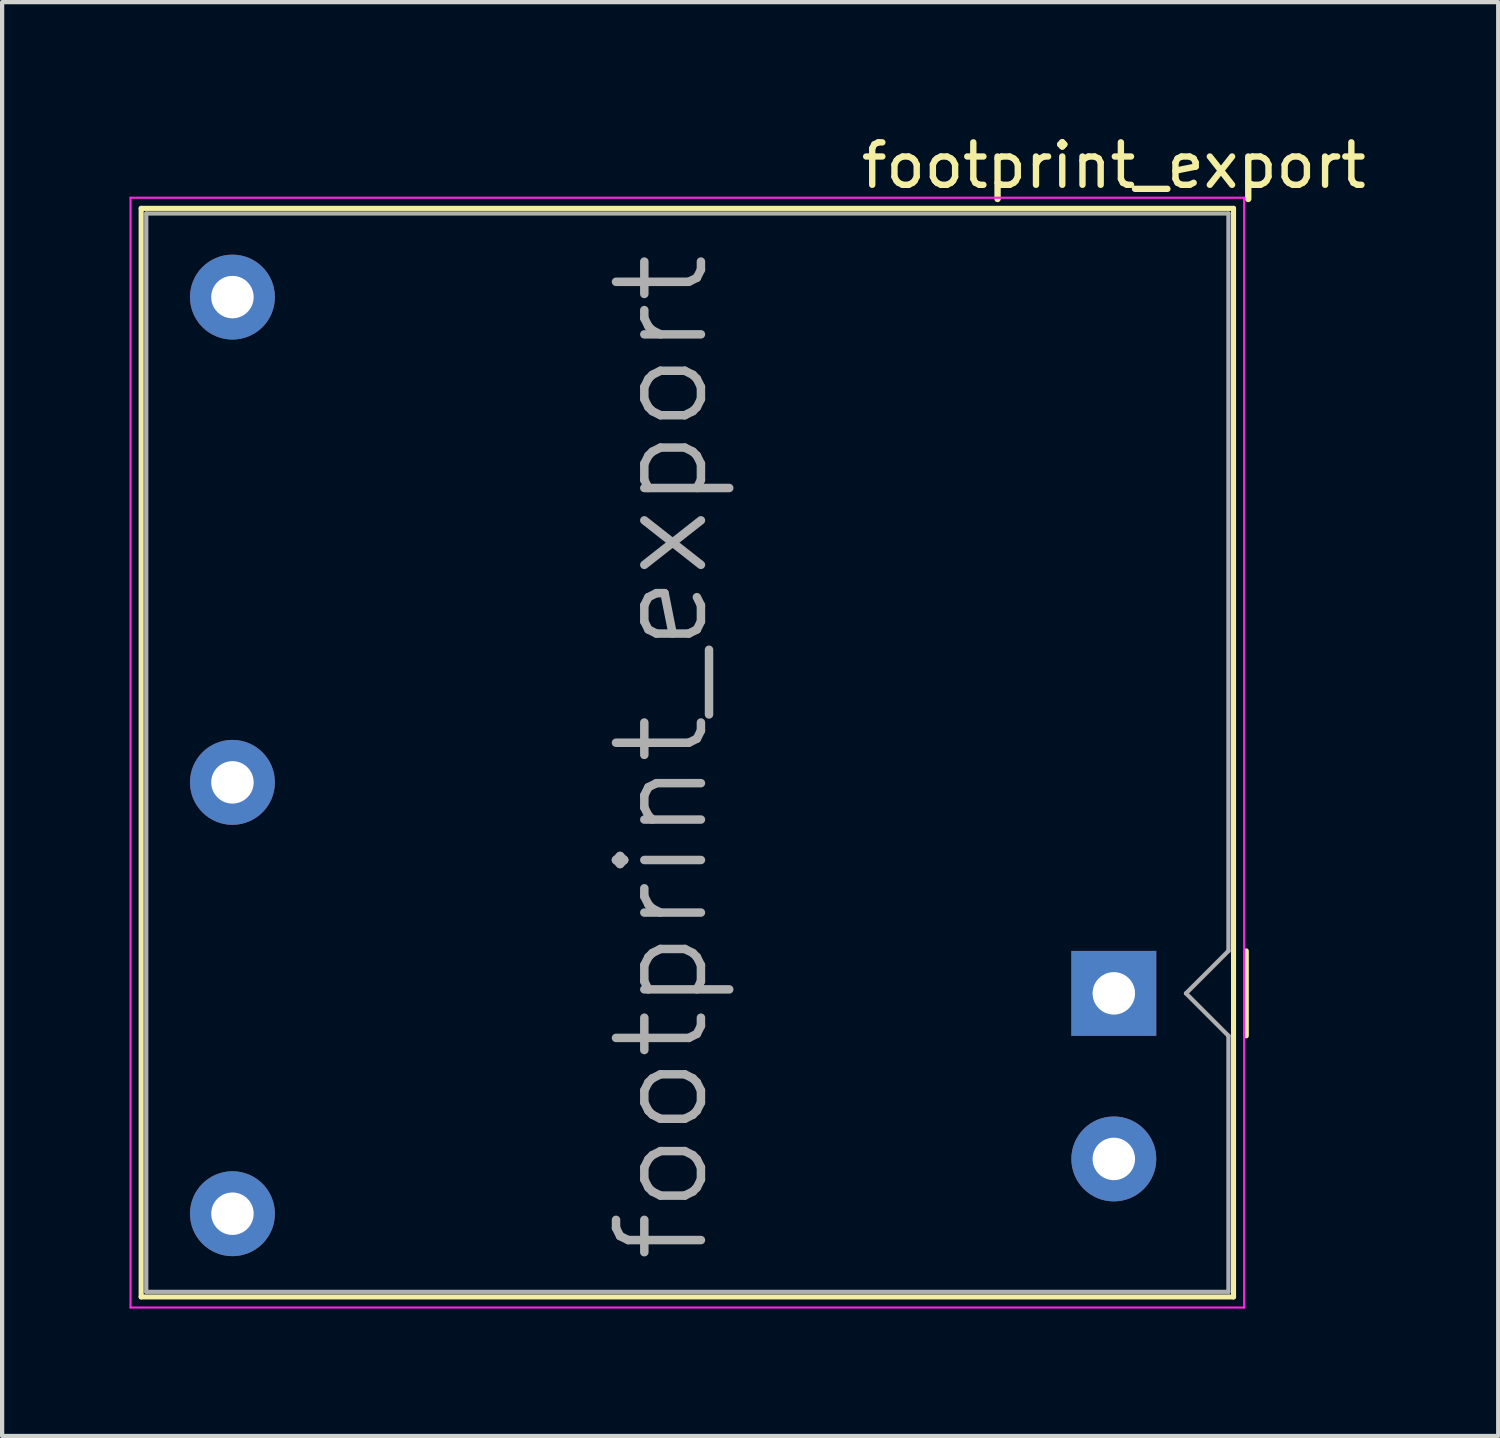
<source format=kicad_pcb>
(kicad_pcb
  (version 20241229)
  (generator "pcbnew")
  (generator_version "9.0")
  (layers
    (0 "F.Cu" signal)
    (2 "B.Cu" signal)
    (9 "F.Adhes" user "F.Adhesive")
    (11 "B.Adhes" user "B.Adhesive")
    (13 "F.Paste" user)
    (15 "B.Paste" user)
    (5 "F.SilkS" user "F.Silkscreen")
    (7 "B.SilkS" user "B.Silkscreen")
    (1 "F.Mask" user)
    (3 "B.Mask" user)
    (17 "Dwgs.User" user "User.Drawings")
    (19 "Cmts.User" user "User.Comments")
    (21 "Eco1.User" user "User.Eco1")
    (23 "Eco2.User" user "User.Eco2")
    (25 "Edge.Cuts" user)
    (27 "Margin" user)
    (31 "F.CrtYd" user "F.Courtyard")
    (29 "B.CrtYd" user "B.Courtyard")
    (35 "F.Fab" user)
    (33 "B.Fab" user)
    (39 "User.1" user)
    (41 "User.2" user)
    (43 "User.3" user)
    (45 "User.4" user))
  (footprint "footprint_export"
    (layer "F.Cu")
    (at 23.185 20.348)
    (property "Reference" "footprint_export" (at 0 -19.5 180) (layer "F.SilkS") (effects (font (size 1 1) (thickness 0.15))))
    (attr through_hole)
    (fp_line (start -22.91 -18.49) (end -22.91 7.15) (stroke (width 0.12) (type solid)) (layer "F.SilkS"))
    (fp_line (start 2.82 -18.49) (end -22.91 -18.49) (stroke (width 0.12) (type solid)) (layer "F.SilkS"))
    (fp_line (start 2.82 7.15) (end -22.91 7.15) (stroke (width 0.12) (type solid)) (layer "F.SilkS"))
    (fp_line (start 2.82 7.15) (end 2.82 -18.49) (stroke (width 0.12) (type solid)) (layer "F.SilkS"))
    (fp_line (start 3.12 1) (end 3.12 -1) (stroke (width 0.12) (type solid)) (layer "F.SilkS"))
    (fp_line (start -23.16 -18.74) (end -23.16 7.4) (stroke (width 0.05) (type solid)) (layer "F.CrtYd"))
    (fp_line (start -23.16 7.4) (end 3.07 7.4) (stroke (width 0.05) (type solid)) (layer "F.CrtYd"))
    (fp_line (start 3.07 -18.74) (end -23.16 -18.74) (stroke (width 0.05) (type solid)) (layer "F.CrtYd"))
    (fp_line (start 3.07 -18.74) (end 3.07 7.4) (stroke (width 0.05) (type solid)) (layer "F.CrtYd"))
    (fp_line (start -22.79 -18.37) (end -22.79 7.03) (stroke (width 0.1) (type solid)) (layer "F.Fab"))
    (fp_line (start 2.7 -18.37) (end -22.79 -18.37) (stroke (width 0.1) (type solid)) (layer "F.Fab"))
    (fp_line (start 2.7 -1) (end 1.7 0) (stroke (width 0.1) (type solid)) (layer "F.Fab"))
    (fp_line (start 2.7 -1) (end 2.7 -18.37) (stroke (width 0.1) (type solid)) (layer "F.Fab"))
    (fp_line (start 2.7 1) (end 1.7 0) (stroke (width 0.1) (type solid)) (layer "F.Fab"))
    (fp_line (start 2.7 7.03) (end -22.79 7.03) (stroke (width 0.1) (type solid)) (layer "F.Fab"))
    (fp_line (start 2.7 7.03) (end 2.7 1) (stroke (width 0.1) (type solid)) (layer "F.Fab"))
    (fp_text user "${REFERENCE}" (at -10.64 -5.57 90) (layer "F.Fab") (effects (font (size 2 2) (thickness 0.2))))
    (pad "1" thru_hole rect (at 0 0 270) (size 2 2) (drill 1) (layers "*.Cu" "*.Mask"))
    (pad "2" thru_hole circle (at 0 3.9 270) (size 2 2) (drill 1) (layers "*.Cu" "*.Mask"))
    (pad "3" thru_hole circle (at -20.76 -16.4 180) (size 2 2) (drill 1) (layers "*.Cu" "*.Mask"))
    (pad "4" thru_hole circle (at -20.76 -4.97 270) (size 2 2) (drill 1) (layers "*.Cu" "*.Mask"))
    (pad "5" thru_hole circle (at -20.76 5.19 270) (size 2 2) (drill 1) (layers "*.Cu" "*.Mask")))
  (gr_rect
    (start -3 -3)
    (end 32.239 30.773)
    (stroke (width 0.1) (type default))
    (fill no)
    (layer "Edge.Cuts")))
</source>
